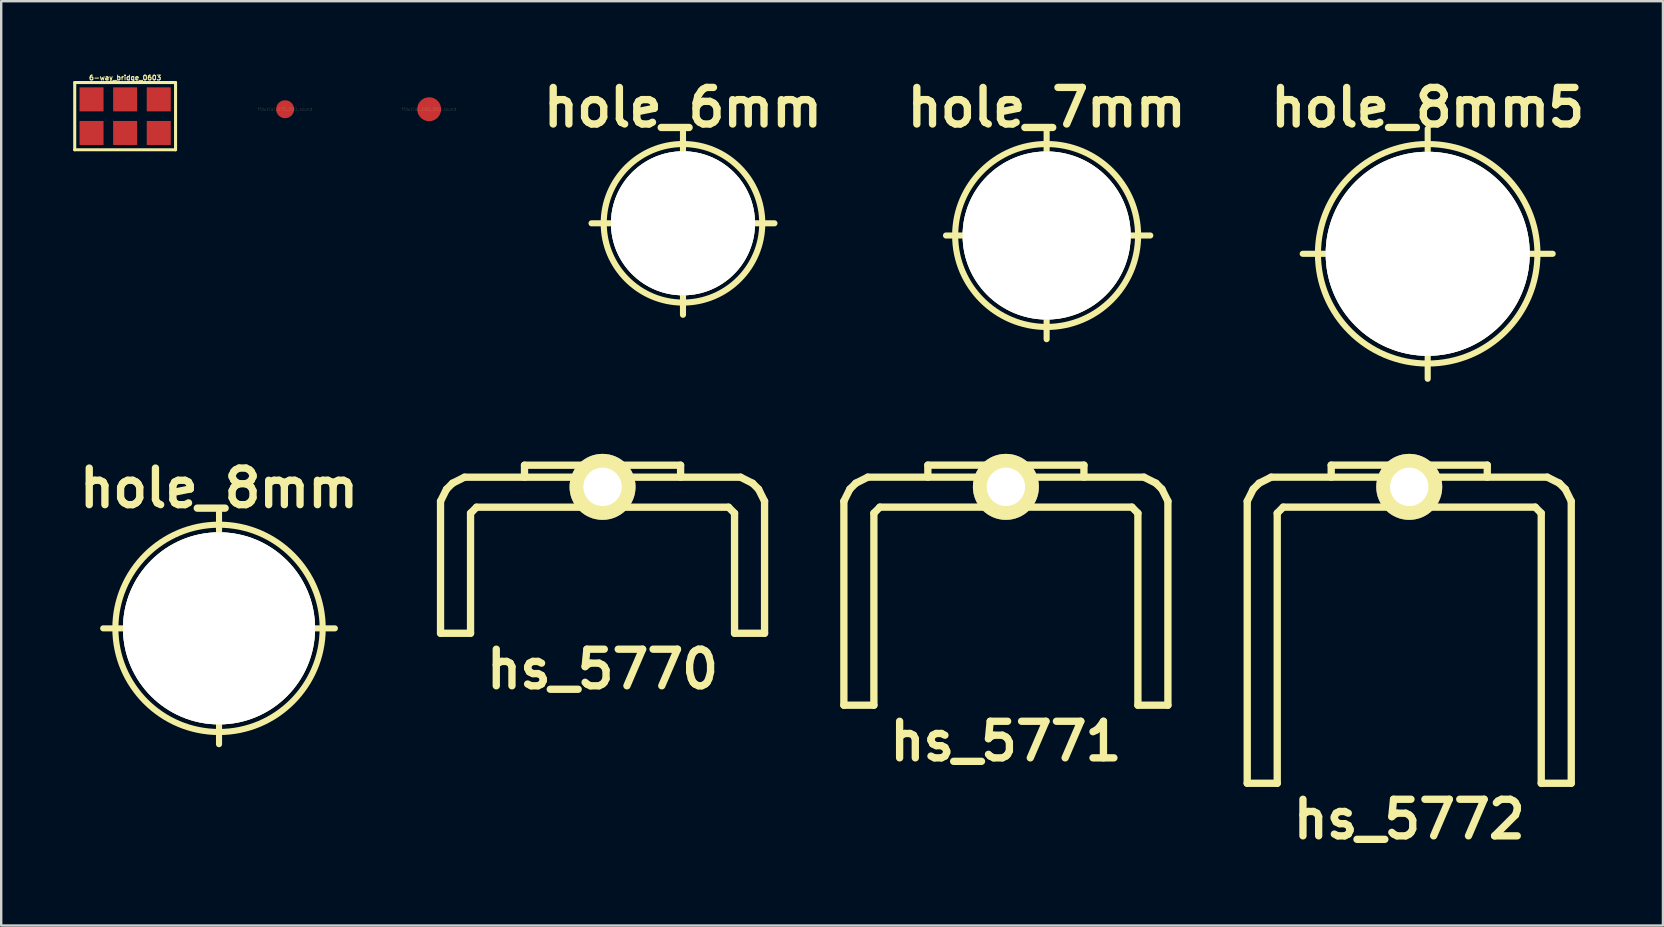
<source format=kicad_pcb>
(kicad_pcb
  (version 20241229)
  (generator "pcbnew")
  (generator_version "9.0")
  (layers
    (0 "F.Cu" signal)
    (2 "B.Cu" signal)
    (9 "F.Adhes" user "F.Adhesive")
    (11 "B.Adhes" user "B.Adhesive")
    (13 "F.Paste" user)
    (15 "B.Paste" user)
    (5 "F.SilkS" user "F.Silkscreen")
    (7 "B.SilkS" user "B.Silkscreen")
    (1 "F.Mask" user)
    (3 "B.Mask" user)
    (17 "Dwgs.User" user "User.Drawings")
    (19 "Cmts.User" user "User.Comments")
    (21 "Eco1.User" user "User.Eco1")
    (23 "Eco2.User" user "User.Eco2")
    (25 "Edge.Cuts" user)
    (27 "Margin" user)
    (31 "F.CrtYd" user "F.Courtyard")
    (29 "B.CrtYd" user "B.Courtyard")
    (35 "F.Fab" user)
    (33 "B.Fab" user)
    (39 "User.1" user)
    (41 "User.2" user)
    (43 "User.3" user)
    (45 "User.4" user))
  (footprint "hole_8mm"
    (layer "F.Cu")
    (at 6.074 23.125)
    (property "Reference" "hole_8mm" (at 0 -5.842 0) (layer "F.SilkS") (effects (font (size 1.524 1.524) (thickness 0.305))))
    (attr through_hole)
    (fp_line (start -4.826 0) (end 4.826 0) (stroke (width 0.254) (type solid)) (layer "F.SilkS"))
    (fp_line (start 0 -4.826) (end 0 4.826) (stroke (width 0.254) (type solid)) (layer "F.SilkS"))
    (fp_circle (center 0 0) (end -4.318 0) (stroke (width 0.254) (type solid)) (fill no) (layer "F.SilkS"))
    (pad "1" thru_hole circle (at 0 0) (size 8.001 8.001) (drill 8.001) (layers "*.Cu" "F.SilkS")))
  (footprint "hs_5771"
    (layer "F.Cu")
    (at 38.852 18.079)
    (property "Reference" "hs_5771" (at 0 9.751 0) (layer "F.SilkS") (effects (font (size 1.524 1.524) (thickness 0.305))))
    (attr through_hole)
    (fp_line (start -6.749 -0.251) (end -6.749 8.247) (stroke (width 0.305) (type solid)) (layer "F.SilkS"))
    (fp_line (start -6.749 -0.251) (end -6.5 -0.752) (stroke (width 0.305) (type solid)) (layer "F.SilkS"))
    (fp_line (start -6.5 -0.752) (end -6.251 -1.001) (stroke (width 0.305) (type solid)) (layer "F.SilkS"))
    (fp_line (start -6.251 -1.001) (end -5.751 -1.252) (stroke (width 0.305) (type solid)) (layer "F.SilkS"))
    (fp_line (start -5.499 0.249) (end -5.25 -0.003) (stroke (width 0.305) (type solid)) (layer "F.SilkS"))
    (fp_line (start -5.499 8.247) (end -6.749 8.247) (stroke (width 0.305) (type solid)) (layer "F.SilkS"))
    (fp_line (start -5.499 8.247) (end -5.499 0.249) (stroke (width 0.305) (type solid)) (layer "F.SilkS"))
    (fp_line (start -5.25 -0.003) (end 5.25 -0.003) (stroke (width 0.305) (type solid)) (layer "F.SilkS"))
    (fp_line (start -3.251 -1.753) (end 3.251 -1.753) (stroke (width 0.305) (type solid)) (layer "F.SilkS"))
    (fp_line (start -3.251 -1.252) (end -3.251 -1.753) (stroke (width 0.305) (type solid)) (layer "F.SilkS"))
    (fp_line (start 3.251 -1.753) (end 3.251 -1.252) (stroke (width 0.305) (type solid)) (layer "F.SilkS"))
    (fp_line (start 5.25 -0.003) (end 5.499 0.249) (stroke (width 0.305) (type solid)) (layer "F.SilkS"))
    (fp_line (start 5.499 8.247) (end 5.499 0.249) (stroke (width 0.305) (type solid)) (layer "F.SilkS"))
    (fp_line (start 5.751 -1.252) (end -5.751 -1.252) (stroke (width 0.305) (type solid)) (layer "F.SilkS"))
    (fp_line (start 5.751 -1.252) (end 6.251 -1.001) (stroke (width 0.305) (type solid)) (layer "F.SilkS"))
    (fp_line (start 6.251 -1.001) (end 6.5 -0.752) (stroke (width 0.305) (type solid)) (layer "F.SilkS"))
    (fp_line (start 6.5 -0.752) (end 6.749 -0.251) (stroke (width 0.305) (type solid)) (layer "F.SilkS"))
    (fp_line (start 6.749 -0.251) (end 6.749 8.247) (stroke (width 0.305) (type solid)) (layer "F.SilkS"))
    (fp_line (start 6.749 8.247) (end 5.499 8.247) (stroke (width 0.305) (type solid)) (layer "F.SilkS"))
    (pad "" thru_hole circle (at 0 -0.848) (size 2.748 2.748) (drill 1.598) (layers "*.Cu" "*.Mask" "F.SilkS")))
  (footprint "fiducial_100_300_round"
    (layer "F.Cu")
    (at 14.827 1.5)
    (property "Reference" "fiducial_100_300_round" (at 0 0 0) (layer "F.SilkS") (effects (font (size 0.127 0.127) (thickness 0.003))))
    (attr through_hole)
    (pad "" smd circle (at 0 0) (size 3 3) (layers "F.Mask"))
    (pad "1" smd circle (at 0 0) (size 0.996 0.996) (layers "F.Cu" "F.Mask")))
  (footprint "6-way_bridge_0603"
    (layer "F.Cu")
    (at 2.163 1.789)
    (property "Reference" "6-way_bridge_0603" (at 0 -1.6 0) (layer "F.SilkS") (effects (font (size 0.201 0.201) (thickness 0.041))))
    (attr through_hole)
    (fp_line (start -2.1 -1.4) (end 2.1 -1.4) (stroke (width 0.127) (type solid)) (layer "F.SilkS"))
    (fp_line (start -2.1 1.4) (end -2.1 -1.4) (stroke (width 0.127) (type solid)) (layer "F.SilkS"))
    (fp_line (start 2.1 1.4) (end -2.1 1.4) (stroke (width 0.127) (type solid)) (layer "F.SilkS"))
    (fp_line (start 2.1 1.4) (end 2.1 -1.4) (stroke (width 0.127) (type solid)) (layer "F.SilkS"))
    (pad "1" smd rect (at 1.4 -0.7) (size 1 1) (layers "F.Cu" "F.Mask" "F.Paste"))
    (pad "2" smd rect (at 1.4 0.7) (size 1 1) (layers "F.Cu" "F.Mask" "F.Paste"))
    (pad "3" smd rect (at 0 -0.7) (size 1 1) (layers "F.Cu" "F.Mask" "F.Paste"))
    (pad "4" smd rect (at 0 0.7) (size 1 1) (layers "F.Cu" "F.Mask" "F.Paste"))
    (pad "5" smd rect (at -1.4 -0.7) (size 1 1) (layers "F.Cu" "F.Mask" "F.Paste"))
    (pad "6" smd rect (at -1.4 0.7) (size 1 1) (layers "F.Cu" "F.Mask" "F.Paste")))
  (footprint "hs_5770"
    (layer "F.Cu")
    (at 22.05 18.079)
    (property "Reference" "hs_5770" (at 0 6.749 0) (layer "F.SilkS") (effects (font (size 1.524 1.524) (thickness 0.305))))
    (attr through_hole)
    (fp_line (start -6.749 -0.249) (end -6.5 -0.749) (stroke (width 0.305) (type solid)) (layer "F.SilkS"))
    (fp_line (start -6.749 5.25) (end -6.749 -0.249) (stroke (width 0.305) (type solid)) (layer "F.SilkS"))
    (fp_line (start -6.5 -0.749) (end -6.251 -0.998) (stroke (width 0.305) (type solid)) (layer "F.SilkS"))
    (fp_line (start -6.251 -0.998) (end -5.751 -1.25) (stroke (width 0.305) (type solid)) (layer "F.SilkS"))
    (fp_line (start -5.499 0.251) (end -5.499 5.25) (stroke (width 0.305) (type solid)) (layer "F.SilkS"))
    (fp_line (start -5.499 0.251) (end -5.25 0) (stroke (width 0.305) (type solid)) (layer "F.SilkS"))
    (fp_line (start -5.499 5.25) (end -6.749 5.25) (stroke (width 0.305) (type solid)) (layer "F.SilkS"))
    (fp_line (start -5.25 0) (end 5.25 0) (stroke (width 0.305) (type solid)) (layer "F.SilkS"))
    (fp_line (start -3.251 -1.75) (end 3.251 -1.75) (stroke (width 0.305) (type solid)) (layer "F.SilkS"))
    (fp_line (start -3.251 -1.25) (end -3.251 -1.75) (stroke (width 0.305) (type solid)) (layer "F.SilkS"))
    (fp_line (start 3.251 -1.75) (end 3.251 -1.25) (stroke (width 0.305) (type solid)) (layer "F.SilkS"))
    (fp_line (start 5.25 0) (end 5.499 0.251) (stroke (width 0.305) (type solid)) (layer "F.SilkS"))
    (fp_line (start 5.499 5.25) (end 5.499 0.251) (stroke (width 0.305) (type solid)) (layer "F.SilkS"))
    (fp_line (start 5.751 -1.25) (end -5.751 -1.25) (stroke (width 0.305) (type solid)) (layer "F.SilkS"))
    (fp_line (start 5.751 -1.25) (end 6.251 -0.998) (stroke (width 0.305) (type solid)) (layer "F.SilkS"))
    (fp_line (start 6.251 -0.998) (end 6.5 -0.749) (stroke (width 0.305) (type solid)) (layer "F.SilkS"))
    (fp_line (start 6.5 -0.749) (end 6.749 -0.249) (stroke (width 0.305) (type solid)) (layer "F.SilkS"))
    (fp_line (start 6.749 -0.249) (end 6.749 5.25) (stroke (width 0.305) (type solid)) (layer "F.SilkS"))
    (fp_line (start 6.749 5.25) (end 5.499 5.25) (stroke (width 0.305) (type solid)) (layer "F.SilkS"))
    (pad "" thru_hole circle (at 0 -0.848) (size 2.748 2.748) (drill 1.598) (layers "*.Cu" "*.Mask" "F.SilkS")))
  (footprint "hole_6mm"
    (layer "F.Cu")
    (at 25.401 6.252)
    (property "Reference" "hole_6mm" (at 0 -4.826 0) (layer "F.SilkS") (effects (font (size 1.524 1.524) (thickness 0.305))))
    (attr through_hole)
    (fp_line (start -3.81 0) (end 3.81 0) (stroke (width 0.254) (type solid)) (layer "F.SilkS"))
    (fp_line (start 0 -3.81) (end 0 3.81) (stroke (width 0.254) (type solid)) (layer "F.SilkS"))
    (fp_circle (center 0 0) (end 3.302 0) (stroke (width 0.254) (type solid)) (fill no) (layer "F.SilkS"))
    (pad "1" thru_hole circle (at 0 0) (size 5.999 5.999) (drill 5.999) (layers "*.Cu" "F.SilkS")))
  (footprint "hs_5772"
    (layer "F.Cu")
    (at 55.654 18.079)
    (property "Reference" "hs_5772" (at 0 13 0) (layer "F.SilkS") (effects (font (size 1.524 1.524) (thickness 0.305))))
    (attr through_hole)
    (fp_line (start -6.749 -0.251) (end -6.749 11.499) (stroke (width 0.305) (type solid)) (layer "F.SilkS"))
    (fp_line (start -6.749 -0.251) (end -6.5 -0.752) (stroke (width 0.305) (type solid)) (layer "F.SilkS"))
    (fp_line (start -6.5 -0.752) (end -6.251 -1.001) (stroke (width 0.305) (type solid)) (layer "F.SilkS"))
    (fp_line (start -6.251 -1.001) (end -5.751 -1.252) (stroke (width 0.305) (type solid)) (layer "F.SilkS"))
    (fp_line (start -5.499 0.249) (end -5.25 -0.003) (stroke (width 0.305) (type solid)) (layer "F.SilkS"))
    (fp_line (start -5.499 11.499) (end -6.749 11.499) (stroke (width 0.305) (type solid)) (layer "F.SilkS"))
    (fp_line (start -5.499 11.499) (end -5.499 0.249) (stroke (width 0.305) (type solid)) (layer "F.SilkS"))
    (fp_line (start -5.25 -0.003) (end 5.25 -0.003) (stroke (width 0.305) (type solid)) (layer "F.SilkS"))
    (fp_line (start -3.251 -1.753) (end 3.251 -1.753) (stroke (width 0.305) (type solid)) (layer "F.SilkS"))
    (fp_line (start -3.251 -1.252) (end -3.251 -1.753) (stroke (width 0.305) (type solid)) (layer "F.SilkS"))
    (fp_line (start 3.251 -1.753) (end 3.251 -1.252) (stroke (width 0.305) (type solid)) (layer "F.SilkS"))
    (fp_line (start 5.25 -0.003) (end 5.499 0.249) (stroke (width 0.305) (type solid)) (layer "F.SilkS"))
    (fp_line (start 5.499 0.249) (end 5.499 11.499) (stroke (width 0.305) (type solid)) (layer "F.SilkS"))
    (fp_line (start 5.751 -1.252) (end -5.751 -1.252) (stroke (width 0.305) (type solid)) (layer "F.SilkS"))
    (fp_line (start 5.751 -1.252) (end 6.251 -1.001) (stroke (width 0.305) (type solid)) (layer "F.SilkS"))
    (fp_line (start 6.251 -1.001) (end 6.5 -0.752) (stroke (width 0.305) (type solid)) (layer "F.SilkS"))
    (fp_line (start 6.5 -0.752) (end 6.749 -0.251) (stroke (width 0.305) (type solid)) (layer "F.SilkS"))
    (fp_line (start 6.749 -0.251) (end 6.749 11.499) (stroke (width 0.305) (type solid)) (layer "F.SilkS"))
    (fp_line (start 6.749 11.499) (end 5.499 11.499) (stroke (width 0.305) (type solid)) (layer "F.SilkS"))
    (pad "" thru_hole circle (at 0 -0.848) (size 2.748 2.748) (drill 1.598) (layers "*.Cu" "*.Mask" "F.SilkS")))
  (footprint "hole_8mm5"
    (layer "F.Cu")
    (at 56.423 7.522)
    (property "Reference" "hole_8mm5" (at 0 -6.096 0) (layer "F.SilkS") (effects (font (size 1.524 1.524) (thickness 0.305))))
    (attr through_hole)
    (fp_line (start -5.207 0) (end 5.207 0) (stroke (width 0.254) (type solid)) (layer "F.SilkS"))
    (fp_line (start 0 5.207) (end 0 -5.207) (stroke (width 0.254) (type solid)) (layer "F.SilkS"))
    (fp_circle (center 0 0) (end 4.572 0) (stroke (width 0.254) (type solid)) (fill no) (layer "F.SilkS"))
    (pad "1" thru_hole circle (at 0 0) (size 8.499 8.499) (drill 8.499) (layers "*.Cu" "F.SilkS")))
  (footprint "hole_7mm"
    (layer "F.Cu")
    (at 40.549 6.76)
    (property "Reference" "hole_7mm" (at 0 -5.334 0) (layer "F.SilkS") (effects (font (size 1.524 1.524) (thickness 0.305))))
    (attr through_hole)
    (fp_line (start -4.191 0) (end 4.318 0) (stroke (width 0.254) (type solid)) (layer "F.SilkS"))
    (fp_line (start 0 -4.318) (end 0 4.318) (stroke (width 0.254) (type solid)) (layer "F.SilkS"))
    (fp_circle (center 0 0) (end 3.81 0) (stroke (width 0.254) (type solid)) (fill no) (layer "F.SilkS"))
    (pad "1" thru_hole circle (at 0 0) (size 7 7) (drill 7) (layers "*.Cu" "F.SilkS")))
  (footprint "fiducial_075_300_round"
    (layer "F.Cu")
    (at 8.827 1.5)
    (property "Reference" "fiducial_075_300_round" (at 0 0 0) (layer "F.SilkS") (effects (font (size 0.127 0.127) (thickness 0.003))))
    (attr through_hole)
    (pad "" smd circle (at 0 0) (size 3 3) (layers "F.Mask"))
    (pad "1" smd circle (at 0 0) (size 0.749 0.749) (layers "F.Cu" "F.Mask")))
  (gr_rect
    (start -3 -3)
    (end 66.223 35.505)
    (stroke (width 0.1) (type default))
    (fill no)
    (layer "Edge.Cuts")))
</source>
